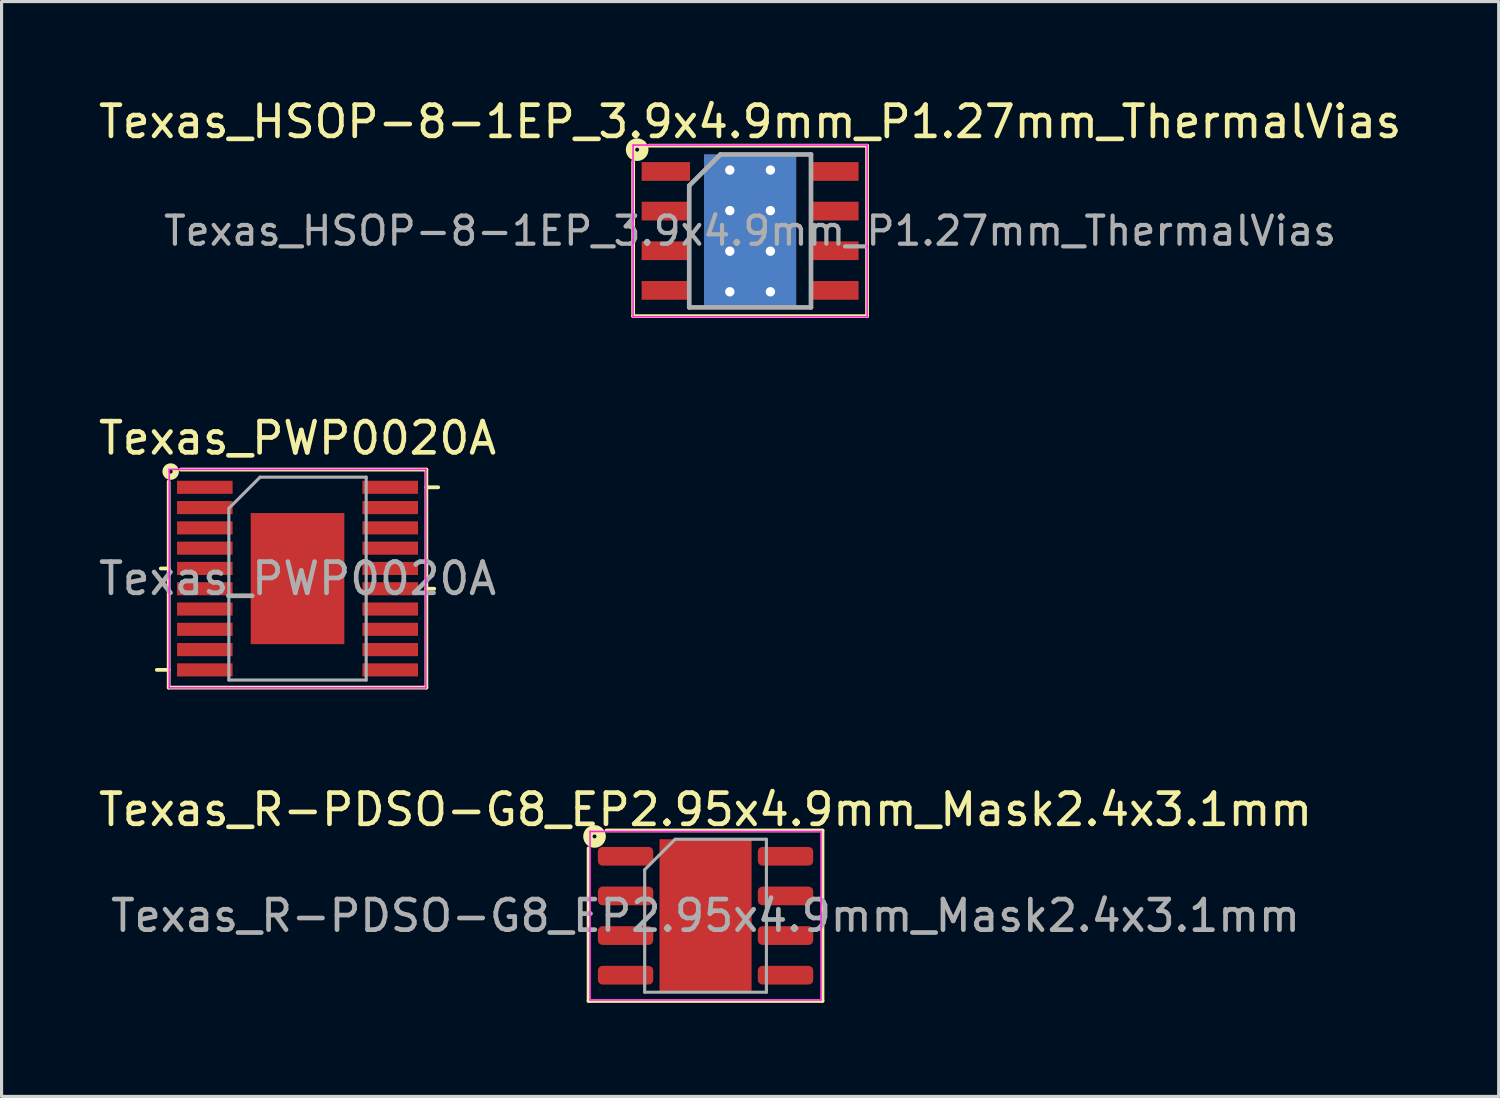
<source format=kicad_pcb>
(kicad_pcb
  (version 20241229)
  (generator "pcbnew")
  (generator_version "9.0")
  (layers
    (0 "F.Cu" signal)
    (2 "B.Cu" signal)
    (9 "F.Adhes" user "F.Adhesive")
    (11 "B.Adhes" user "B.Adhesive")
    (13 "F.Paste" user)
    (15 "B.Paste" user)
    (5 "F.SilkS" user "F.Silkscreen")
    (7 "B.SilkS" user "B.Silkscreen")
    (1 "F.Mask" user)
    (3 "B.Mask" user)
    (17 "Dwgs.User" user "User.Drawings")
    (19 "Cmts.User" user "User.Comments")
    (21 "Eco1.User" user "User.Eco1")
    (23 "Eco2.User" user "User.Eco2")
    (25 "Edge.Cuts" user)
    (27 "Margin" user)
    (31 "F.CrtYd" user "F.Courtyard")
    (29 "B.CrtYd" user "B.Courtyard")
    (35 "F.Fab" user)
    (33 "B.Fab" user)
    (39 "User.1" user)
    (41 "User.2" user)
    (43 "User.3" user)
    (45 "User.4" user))
  (footprint "Texas_PWP0020A"
    (layer "F.Cu")
    (at 6.482 15.487)
    (property "Reference" "Texas_PWP0020A" (at 0 -4.5 0) (layer "F.SilkS") (effects (font (size 1 1) (thickness 0.15))))
    (attr smd)
    (fp_line (start -4.128 -3.111) (end -4.128 3.493) (stroke (width 0.12) (type solid)) (layer "F.SilkS"))
    (fp_line (start -4.128 -0.325) (end -4.381 -0.325) (stroke (width 0.12) (type solid)) (layer "F.SilkS"))
    (fp_line (start -4.128 2.925) (end -4.508 2.925) (stroke (width 0.12) (type solid)) (layer "F.SilkS"))
    (fp_line (start -4.128 3.493) (end 4.128 3.493) (stroke (width 0.12) (type solid)) (layer "F.SilkS"))
    (fp_line (start 4.128 -3.493) (end -3.747 -3.493) (stroke (width 0.12) (type solid)) (layer "F.SilkS"))
    (fp_line (start 4.128 -2.925) (end 4.508 -2.925) (stroke (width 0.12) (type solid)) (layer "F.SilkS"))
    (fp_line (start 4.128 0.325) (end 4.381 0.325) (stroke (width 0.12) (type solid)) (layer "F.SilkS"))
    (fp_line (start 4.128 3.493) (end 4.128 -3.493) (stroke (width 0.12) (type solid)) (layer "F.SilkS"))
    (fp_circle (center -4.064 -3.429) (end -4 -3.429) (stroke (width 0.2) (type solid)) (fill no) (layer "F.SilkS"))
    (fp_line (start -4.11 -3.5) (end -4.11 3.5) (stroke (width 0.05) (type solid)) (layer "F.CrtYd"))
    (fp_line (start -4.11 3.5) (end 4.11 3.5) (stroke (width 0.05) (type solid)) (layer "F.CrtYd"))
    (fp_line (start 4.11 -3.5) (end -4.11 -3.5) (stroke (width 0.05) (type solid)) (layer "F.CrtYd"))
    (fp_line (start 4.11 3.5) (end 4.11 -3.5) (stroke (width 0.05) (type solid)) (layer "F.CrtYd"))
    (fp_line (start -2.2 -2.25) (end -2.2 3.25) (stroke (width 0.1) (type solid)) (layer "F.Fab"))
    (fp_line (start -2.2 3.25) (end 2.2 3.25) (stroke (width 0.1) (type solid)) (layer "F.Fab"))
    (fp_line (start -1.2 -3.25) (end -2.2 -2.25) (stroke (width 0.1) (type solid)) (layer "F.Fab"))
    (fp_line (start 2.2 -3.25) (end -1.2 -3.25) (stroke (width 0.1) (type solid)) (layer "F.Fab"))
    (fp_line (start 2.2 3.25) (end 2.2 -3.25) (stroke (width 0.1) (type solid)) (layer "F.Fab"))
    (fp_text user "${REFERENCE}" (at 0 0 0) (layer "F.Fab") (effects (font (size 1 1) (thickness 0.15))))
    (pad "" smd rect (at -0.713 -1.012) (size 1.275 1.875) (layers "F.Paste"))
    (pad "" smd rect (at -0.713 1.012) (size 1.275 1.875) (layers "F.Paste"))
    (pad "" smd rect (at 0.713 -1.012) (size 1.275 1.875) (layers "F.Paste"))
    (pad "" smd rect (at 0.713 1.012) (size 1.275 1.875) (layers "F.Paste"))
    (pad "1" smd rect (at -2.97 -2.925) (size 1.78 0.42) (layers "F.Cu" "F.Mask" "F.Paste"))
    (pad "2" smd rect (at -2.97 -2.275) (size 1.78 0.42) (layers "F.Cu" "F.Mask" "F.Paste"))
    (pad "3" smd rect (at -2.97 -1.625) (size 1.78 0.42) (layers "F.Cu" "F.Mask" "F.Paste"))
    (pad "4" smd rect (at -2.97 -0.975) (size 1.78 0.42) (layers "F.Cu" "F.Mask" "F.Paste"))
    (pad "5" smd rect (at -2.97 -0.325) (size 1.78 0.42) (layers "F.Cu" "F.Mask" "F.Paste"))
    (pad "6" smd rect (at -2.97 0.325) (size 1.78 0.42) (layers "F.Cu" "F.Mask" "F.Paste"))
    (pad "7" smd rect (at -2.97 0.975) (size 1.78 0.42) (layers "F.Cu" "F.Mask" "F.Paste"))
    (pad "8" smd rect (at -2.97 1.625) (size 1.78 0.42) (layers "F.Cu" "F.Mask" "F.Paste"))
    (pad "9" smd rect (at -2.97 2.275) (size 1.78 0.42) (layers "F.Cu" "F.Mask" "F.Paste"))
    (pad "10" smd rect (at -2.97 2.925) (size 1.78 0.42) (layers "F.Cu" "F.Mask" "F.Paste"))
    (pad "11" smd rect (at 2.97 2.925) (size 1.78 0.42) (layers "F.Cu" "F.Mask" "F.Paste"))
    (pad "12" smd rect (at 2.97 2.275) (size 1.78 0.42) (layers "F.Cu" "F.Mask" "F.Paste"))
    (pad "13" smd rect (at 2.97 1.625) (size 1.78 0.42) (layers "F.Cu" "F.Mask" "F.Paste"))
    (pad "14" smd rect (at 2.97 0.975) (size 1.78 0.42) (layers "F.Cu" "F.Mask" "F.Paste"))
    (pad "15" smd rect (at 2.97 0.325) (size 1.78 0.42) (layers "F.Cu" "F.Mask" "F.Paste"))
    (pad "16" smd rect (at 2.97 -0.325) (size 1.78 0.42) (layers "F.Cu" "F.Mask" "F.Paste"))
    (pad "17" smd rect (at 2.97 -0.975) (size 1.78 0.42) (layers "F.Cu" "F.Mask" "F.Paste"))
    (pad "18" smd rect (at 2.97 -1.625) (size 1.78 0.42) (layers "F.Cu" "F.Mask" "F.Paste"))
    (pad "19" smd rect (at 2.97 -2.275) (size 1.78 0.42) (layers "F.Cu" "F.Mask" "F.Paste"))
    (pad "20" smd rect (at 2.97 -2.925) (size 1.78 0.42) (layers "F.Cu" "F.Mask" "F.Paste"))
    (pad "21" smd rect (at 0 0) (size 3 4.2) (layers "F.Cu" "F.Mask")))
  (footprint "Texas_HSOP-8-1EP_3.9x4.9mm_P1.27mm_ThermalVias"
    (layer "F.Cu")
    (at 20.982 4.348)
    (property "Reference" "Texas_HSOP-8-1EP_3.9x4.9mm_P1.27mm_ThermalVias" (at 0 -3.5 0) (layer "F.SilkS") (effects (font (size 1 1) (thickness 0.15))))
    (attr smd)
    (fp_line (start -3.747 -2.223) (end -3.747 2.731) (stroke (width 0.12) (type solid)) (layer "F.SilkS"))
    (fp_line (start -3.747 2.731) (end 3.747 2.731) (stroke (width 0.12) (type solid)) (layer "F.SilkS"))
    (fp_line (start 3.747 -2.731) (end -3.239 -2.731) (stroke (width 0.12) (type solid)) (layer "F.SilkS"))
    (fp_line (start 3.747 2.731) (end 3.747 -2.731) (stroke (width 0.12) (type solid)) (layer "F.SilkS"))
    (fp_circle (center -3.619 -2.603) (end -3.556 -2.603) (stroke (width 0.3) (type solid)) (fill no) (layer "F.SilkS"))
    (fp_line (start -3.75 -2.75) (end -3.75 2.75) (stroke (width 0.05) (type solid)) (layer "F.CrtYd"))
    (fp_line (start -3.75 -2.75) (end 3.75 -2.75) (stroke (width 0.05) (type solid)) (layer "F.CrtYd"))
    (fp_line (start -3.75 2.75) (end 3.75 2.75) (stroke (width 0.05) (type solid)) (layer "F.CrtYd"))
    (fp_line (start 3.75 -2.75) (end 3.75 2.75) (stroke (width 0.05) (type solid)) (layer "F.CrtYd"))
    (fp_line (start -1.95 -1.45) (end -0.95 -2.45) (stroke (width 0.15) (type solid)) (layer "F.Fab"))
    (fp_line (start -1.95 2.45) (end -1.95 -1.45) (stroke (width 0.15) (type solid)) (layer "F.Fab"))
    (fp_line (start -0.95 -2.45) (end 1.95 -2.45) (stroke (width 0.15) (type solid)) (layer "F.Fab"))
    (fp_line (start 1.95 -2.45) (end 1.95 2.45) (stroke (width 0.15) (type solid)) (layer "F.Fab"))
    (fp_line (start 1.95 2.45) (end -1.95 2.45) (stroke (width 0.15) (type solid)) (layer "F.Fab"))
    (fp_text user "${REFERENCE}" (at 0 0 0) (layer "F.Fab") (effects (font (size 0.9 0.9) (thickness 0.135))))
    (pad "" smd rect (at 0 0) (size 2.6 3.1) (layers "F.Mask"))
    (pad "" smd rect (at 0 0) (size 2.6 3.1) (layers "F.Paste"))
    (pad "1" smd rect (at -2.7 -1.905) (size 1.55 0.6) (layers "F.Cu" "F.Mask" "F.Paste"))
    (pad "2" smd rect (at -2.7 -0.635) (size 1.55 0.6) (layers "F.Cu" "F.Mask" "F.Paste"))
    (pad "3" smd rect (at -2.7 0.635) (size 1.55 0.6) (layers "F.Cu" "F.Mask" "F.Paste"))
    (pad "4" smd rect (at -2.7 1.905) (size 1.55 0.6) (layers "F.Cu" "F.Mask" "F.Paste"))
    (pad "5" smd rect (at 2.7 1.905) (size 1.55 0.6) (layers "F.Cu" "F.Mask" "F.Paste"))
    (pad "6" smd rect (at 2.7 0.635) (size 1.55 0.6) (layers "F.Cu" "F.Mask" "F.Paste"))
    (pad "7" smd rect (at 2.7 -0.635) (size 1.55 0.6) (layers "F.Cu" "F.Mask" "F.Paste"))
    (pad "8" smd rect (at 2.7 -1.905) (size 1.55 0.6) (layers "F.Cu" "F.Mask" "F.Paste"))
    (pad "9" thru_hole circle (at -0.65 -1.95) (size 0.6 0.6) (drill 0.3) (layers "*.Cu"))
    (pad "9" thru_hole circle (at -0.65 -0.65) (size 0.6 0.6) (drill 0.3) (layers "*.Cu"))
    (pad "9" thru_hole circle (at -0.65 0.65) (size 0.6 0.6) (drill 0.3) (layers "*.Cu"))
    (pad "9" thru_hole circle (at -0.65 1.95) (size 0.6 0.6) (drill 0.3) (layers "*.Cu"))
    (pad "9" smd rect (at 0 0) (size 2.95 4.9) (layers "F.Cu"))
    (pad "9" smd rect (at 0 0) (size 2.95 4.9) (layers "B.Cu" "B.Mask"))
    (pad "9" thru_hole circle (at 0.65 -1.95) (size 0.6 0.6) (drill 0.3) (layers "*.Cu"))
    (pad "9" thru_hole circle (at 0.65 -0.65) (size 0.6 0.6) (drill 0.3) (layers "*.Cu"))
    (pad "9" thru_hole circle (at 0.65 0.65) (size 0.6 0.6) (drill 0.3) (layers "*.Cu"))
    (pad "9" thru_hole circle (at 0.65 1.95) (size 0.6 0.6) (drill 0.3) (layers "*.Cu")))
  (footprint "Texas_R-PDSO-G8_EP2.95x4.9mm_Mask2.4x3.1mm"
    (layer "F.Cu")
    (at 19.554 26.288)
    (property "Reference" "Texas_R-PDSO-G8_EP2.95x4.9mm_Mask2.4x3.1mm" (at 0 -3.4 0) (layer "F.SilkS") (effects (font (size 1 1) (thickness 0.15))))
    (attr smd)
    (fp_line (start -3.747 -2.159) (end -3.747 2.731) (stroke (width 0.12) (type solid)) (layer "F.SilkS"))
    (fp_line (start -3.747 2.731) (end 3.747 2.731) (stroke (width 0.12) (type solid)) (layer "F.SilkS"))
    (fp_line (start 3.747 -2.731) (end -3.175 -2.731) (stroke (width 0.12) (type solid)) (layer "F.SilkS"))
    (fp_line (start 3.747 2.731) (end 3.747 -2.731) (stroke (width 0.12) (type solid)) (layer "F.SilkS"))
    (fp_circle (center -3.556 -2.54) (end -3.493 -2.54) (stroke (width 0.3) (type solid)) (fill no) (layer "F.SilkS"))
    (fp_line (start -3.7 -2.7) (end -3.7 2.7) (stroke (width 0.05) (type solid)) (layer "F.CrtYd"))
    (fp_line (start -3.7 2.7) (end 3.7 2.7) (stroke (width 0.05) (type solid)) (layer "F.CrtYd"))
    (fp_line (start 3.7 -2.7) (end -3.7 -2.7) (stroke (width 0.05) (type solid)) (layer "F.CrtYd"))
    (fp_line (start 3.7 2.7) (end 3.7 -2.7) (stroke (width 0.05) (type solid)) (layer "F.CrtYd"))
    (fp_line (start -1.95 -1.475) (end -0.975 -2.45) (stroke (width 0.1) (type solid)) (layer "F.Fab"))
    (fp_line (start -1.95 2.45) (end -1.95 -1.475) (stroke (width 0.1) (type solid)) (layer "F.Fab"))
    (fp_line (start -0.975 -2.45) (end 1.95 -2.45) (stroke (width 0.1) (type solid)) (layer "F.Fab"))
    (fp_line (start 1.95 -2.45) (end 1.95 2.45) (stroke (width 0.1) (type solid)) (layer "F.Fab"))
    (fp_line (start 1.95 2.45) (end -1.95 2.45) (stroke (width 0.1) (type solid)) (layer "F.Fab"))
    (fp_text user "${REFERENCE}" (at 0 0 0) (layer "F.Fab") (effects (font (size 0.98 0.98) (thickness 0.15))))
    (pad "" smd roundrect (at -0.6 -1.03) (size 0.97 0.83) (layers "F.Paste") (roundrect_rratio 0.25))
    (pad "" smd roundrect (at -0.6 0) (size 0.97 0.83) (layers "F.Paste") (roundrect_rratio 0.25))
    (pad "" smd roundrect (at -0.6 1.03) (size 0.97 0.83) (layers "F.Paste") (roundrect_rratio 0.25))
    (pad "" smd rect (at 0 0) (size 2.4 3.1) (layers "F.Mask"))
    (pad "" smd roundrect (at 0.6 -1.03) (size 0.97 0.83) (layers "F.Paste") (roundrect_rratio 0.25))
    (pad "" smd roundrect (at 0.6 0) (size 0.97 0.83) (layers "F.Paste") (roundrect_rratio 0.25))
    (pad "" smd roundrect (at 0.6 1.03) (size 0.97 0.83) (layers "F.Paste") (roundrect_rratio 0.25))
    (pad "1" smd roundrect (at -2.562 -1.905) (size 1.775 0.6) (layers "F.Cu" "F.Mask" "F.Paste") (roundrect_rratio 0.25))
    (pad "2" smd roundrect (at -2.562 -0.635) (size 1.775 0.6) (layers "F.Cu" "F.Mask" "F.Paste") (roundrect_rratio 0.25))
    (pad "3" smd roundrect (at -2.562 0.635) (size 1.775 0.6) (layers "F.Cu" "F.Mask" "F.Paste") (roundrect_rratio 0.25))
    (pad "4" smd roundrect (at -2.562 1.905) (size 1.775 0.6) (layers "F.Cu" "F.Mask" "F.Paste") (roundrect_rratio 0.25))
    (pad "5" smd roundrect (at 2.562 1.905) (size 1.775 0.6) (layers "F.Cu" "F.Mask" "F.Paste") (roundrect_rratio 0.25))
    (pad "6" smd roundrect (at 2.562 0.635) (size 1.775 0.6) (layers "F.Cu" "F.Mask" "F.Paste") (roundrect_rratio 0.25))
    (pad "7" smd roundrect (at 2.562 -0.635) (size 1.775 0.6) (layers "F.Cu" "F.Mask" "F.Paste") (roundrect_rratio 0.25))
    (pad "8" smd roundrect (at 2.562 -1.905) (size 1.775 0.6) (layers "F.Cu" "F.Mask" "F.Paste") (roundrect_rratio 0.25))
    (pad "9" smd rect (at 0 0) (size 2.95 4.9) (layers "F.Cu")))
  (gr_rect
    (start -3 -3)
    (end 44.964 32.078)
    (stroke (width 0.1) (type default))
    (fill no)
    (layer "Edge.Cuts")))
</source>
